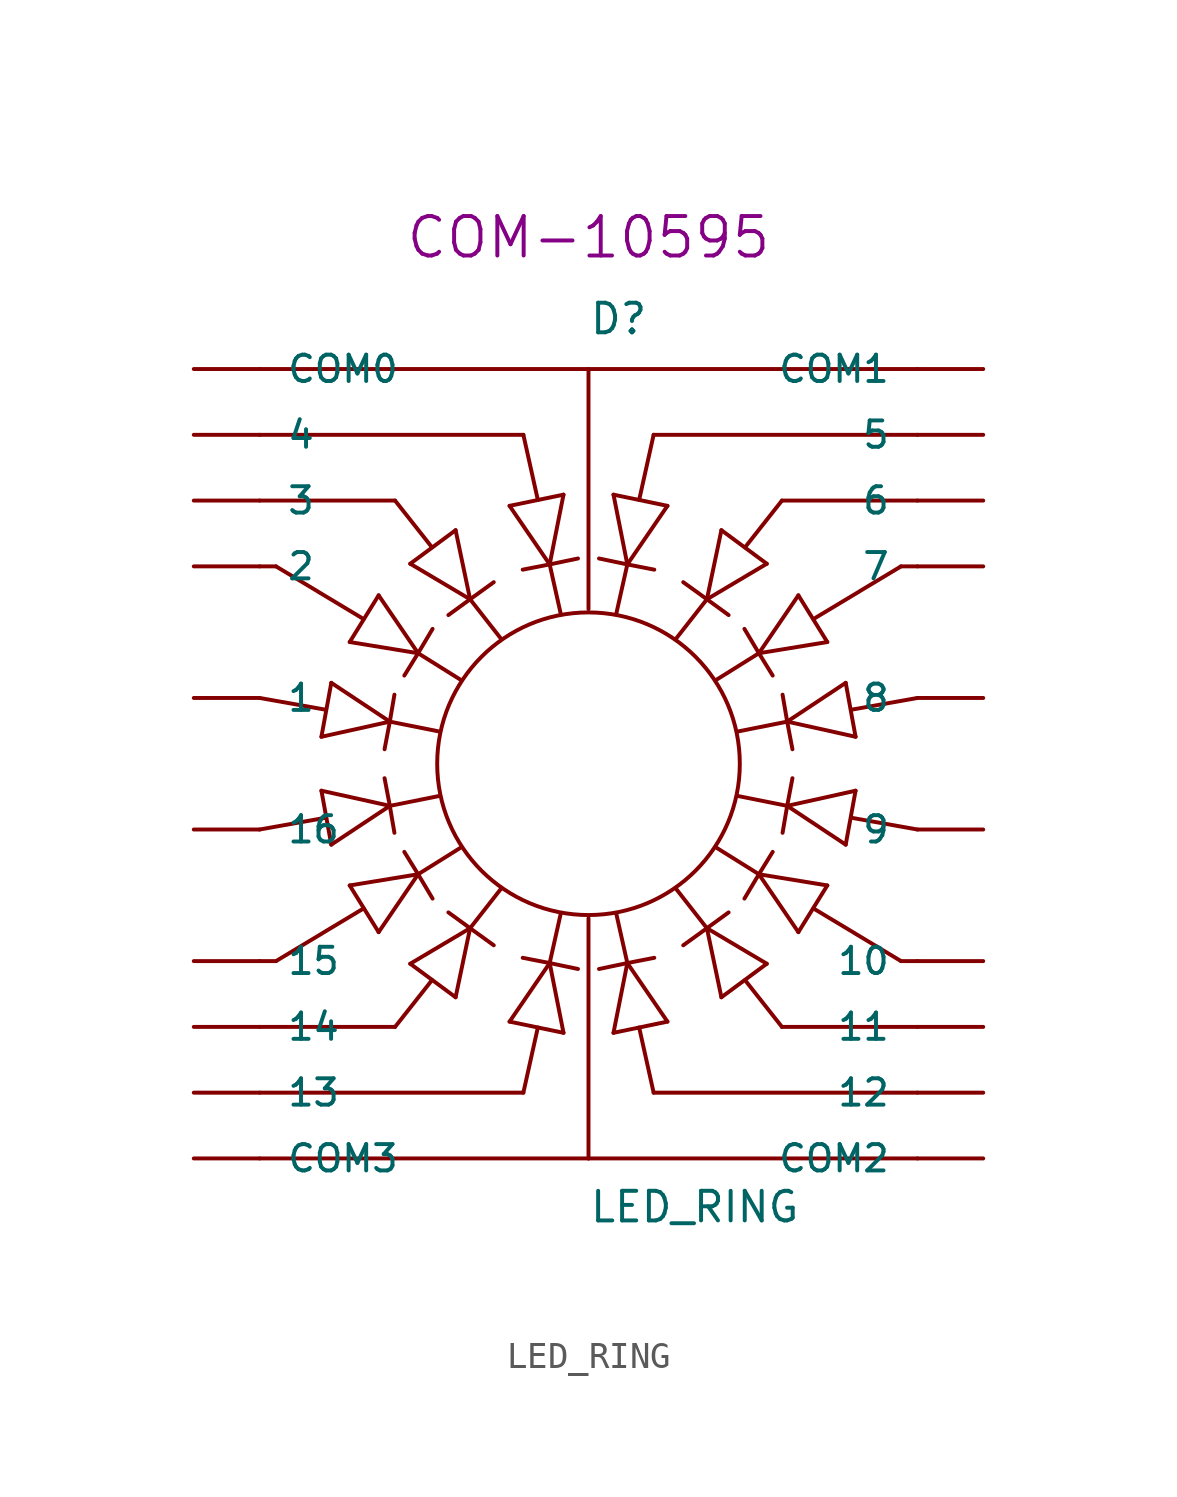
<source format=kicad_sym>
(kicad_symbol_lib
  (version 20211014)
  (generator kicad_symbol_editor)
  (symbol "LED_RING"
    (pin_numbers hide)
    (pin_names
      (offset 1.016))
    (property "Reference" "D"
      (at 0 16.51 0)
      (effects (font (size 1.143 1.143)) (justify left bottom)))
    (property "Value" "LED_RING"
      (at 0 -17.78 0)
      (effects (font (size 1.143 1.143)) (justify left bottom)))
    (property "Field4" "COM-10595"
      (at 0 20.32 0)
      (effects (font (size 1.524 1.524))))
    (property "ki_locked" ""
      (at 0 0 0)
      (effects (font (size 1.27 1.27))))
    (symbol "LED_RING_1_0"
      (polyline (pts (xy -12.065 -7.62) (xy -12.7 -7.62)) (stroke (width 0) (type default) (color 0 0 0 0)) (fill (type none)))
      (polyline (pts (xy -12.065 7.62) (xy -12.7 7.62)) (stroke (width 0) (type default) (color 0 0 0 0)) (fill (type none)))
      (polyline (pts (xy -10.135 -2.083) (xy -12.7 -2.54)) (stroke (width 0) (type default) (color 0 0 0 0)) (fill (type none)))
      (polyline (pts (xy -10.135 2.083) (xy -12.7 2.54)) (stroke (width 0) (type default) (color 0 0 0 0)) (fill (type none)))
      (polyline (pts (xy -9.931 -3.124) (xy -10.312 -1.041)) (stroke (width 0) (type default) (color 0 0 0 0)) (fill (type none)))
      (polyline (pts (xy -9.931 -3.124) (xy -7.671 -1.626)) (stroke (width 0) (type default) (color 0 0 0 0)) (fill (type none)))
      (polyline (pts (xy -9.931 3.124) (xy -10.312 1.041)) (stroke (width 0) (type default) (color 0 0 0 0)) (fill (type none)))
      (polyline (pts (xy -9.931 3.124) (xy -7.671 1.626)) (stroke (width 0) (type default) (color 0 0 0 0)) (fill (type none)))
      (polyline (pts (xy -8.687 -5.588) (xy -12.065 -7.62)) (stroke (width 0) (type default) (color 0 0 0 0)) (fill (type none)))
      (polyline (pts (xy -8.687 5.588) (xy -12.065 7.62)) (stroke (width 0) (type default) (color 0 0 0 0)) (fill (type none)))
      (polyline (pts (xy -8.103 -6.502) (xy -9.22 -4.699)) (stroke (width 0) (type default) (color 0 0 0 0)) (fill (type none)))
      (polyline (pts (xy -8.103 -6.502) (xy -6.579 -4.267)) (stroke (width 0) (type default) (color 0 0 0 0)) (fill (type none)))
      (polyline (pts (xy -8.103 6.502) (xy -9.22 4.699)) (stroke (width 0) (type default) (color 0 0 0 0)) (fill (type none)))
      (polyline (pts (xy -8.103 6.502) (xy -6.579 4.267)) (stroke (width 0) (type default) (color 0 0 0 0)) (fill (type none)))
      (polyline (pts (xy -7.671 -1.626) (xy -10.312 -1.041)) (stroke (width 0) (type default) (color 0 0 0 0)) (fill (type none)))
      (polyline (pts (xy -7.671 -1.626) (xy -7.874 -0.559)) (stroke (width 0) (type default) (color 0 0 0 0)) (fill (type none)))
      (polyline (pts (xy -7.671 -1.626) (xy -5.766 -1.245)) (stroke (width 0) (type default) (color 0 0 0 0)) (fill (type none)))
      (polyline (pts (xy -7.671 1.626) (xy -10.312 1.041)) (stroke (width 0) (type default) (color 0 0 0 0)) (fill (type none)))
      (polyline (pts (xy -7.671 1.626) (xy -7.874 0.559)) (stroke (width 0) (type default) (color 0 0 0 0)) (fill (type none)))
      (polyline (pts (xy -7.671 1.626) (xy -5.766 1.245)) (stroke (width 0) (type default) (color 0 0 0 0)) (fill (type none)))
      (polyline (pts (xy -7.493 -2.667) (xy -7.671 -1.626)) (stroke (width 0) (type default) (color 0 0 0 0)) (fill (type none)))
      (polyline (pts (xy -7.493 2.667) (xy -7.671 1.626)) (stroke (width 0) (type default) (color 0 0 0 0)) (fill (type none)))
      (polyline (pts (xy -7.468 -10.16) (xy -12.7 -10.16)) (stroke (width 0) (type default) (color 0 0 0 0)) (fill (type none)))
      (polyline (pts (xy -7.468 10.16) (xy -12.7 10.16)) (stroke (width 0) (type default) (color 0 0 0 0)) (fill (type none)))
      (polyline (pts (xy -6.579 -4.267) (xy -9.22 -4.699)) (stroke (width 0) (type default) (color 0 0 0 0)) (fill (type none)))
      (polyline (pts (xy -6.579 -4.267) (xy -7.112 -3.404)) (stroke (width 0) (type default) (color 0 0 0 0)) (fill (type none)))
      (polyline (pts (xy -6.579 -4.267) (xy -4.953 -3.251)) (stroke (width 0) (type default) (color 0 0 0 0)) (fill (type none)))
      (polyline (pts (xy -6.579 4.267) (xy -9.22 4.699)) (stroke (width 0) (type default) (color 0 0 0 0)) (fill (type none)))
      (polyline (pts (xy -6.579 4.267) (xy -7.112 3.404)) (stroke (width 0) (type default) (color 0 0 0 0)) (fill (type none)))
      (polyline (pts (xy -6.579 4.267) (xy -4.953 3.251)) (stroke (width 0) (type default) (color 0 0 0 0)) (fill (type none)))
      (polyline (pts (xy -6.045 -8.357) (xy -7.468 -10.16)) (stroke (width 0) (type default) (color 0 0 0 0)) (fill (type none)))
      (polyline (pts (xy -6.045 8.357) (xy -7.468 10.16)) (stroke (width 0) (type default) (color 0 0 0 0)) (fill (type none)))
      (polyline (pts (xy -6.02 -5.207) (xy -6.579 -4.267)) (stroke (width 0) (type default) (color 0 0 0 0)) (fill (type none)))
      (polyline (pts (xy -6.02 5.207) (xy -6.579 4.267)) (stroke (width 0) (type default) (color 0 0 0 0)) (fill (type none)))
      (polyline (pts (xy -5.131 -9.017) (xy -6.883 -7.722)) (stroke (width 0) (type default) (color 0 0 0 0)) (fill (type none)))
      (polyline (pts (xy -5.131 -9.017) (xy -4.572 -6.35)) (stroke (width 0) (type default) (color 0 0 0 0)) (fill (type none)))
      (polyline (pts (xy -5.131 9.017) (xy -6.883 7.722)) (stroke (width 0) (type default) (color 0 0 0 0)) (fill (type none)))
      (polyline (pts (xy -5.131 9.017) (xy -4.572 6.35)) (stroke (width 0) (type default) (color 0 0 0 0)) (fill (type none)))
      (polyline (pts (xy -4.572 -6.35) (xy -6.883 -7.722)) (stroke (width 0) (type default) (color 0 0 0 0)) (fill (type none)))
      (polyline (pts (xy -4.572 -6.35) (xy -5.41 -5.74)) (stroke (width 0) (type default) (color 0 0 0 0)) (fill (type none)))
      (polyline (pts (xy -4.572 -6.35) (xy -3.378 -4.826)) (stroke (width 0) (type default) (color 0 0 0 0)) (fill (type none)))
      (polyline (pts (xy -4.572 6.35) (xy -6.883 7.722)) (stroke (width 0) (type default) (color 0 0 0 0)) (fill (type none)))
      (polyline (pts (xy -4.572 6.35) (xy -5.41 5.74)) (stroke (width 0) (type default) (color 0 0 0 0)) (fill (type none)))
      (polyline (pts (xy -4.572 6.35) (xy -3.378 4.826)) (stroke (width 0) (type default) (color 0 0 0 0)) (fill (type none)))
      (polyline (pts (xy -3.658 -7.01) (xy -4.572 -6.35)) (stroke (width 0) (type default) (color 0 0 0 0)) (fill (type none)))
      (polyline (pts (xy -3.658 7.01) (xy -4.572 6.35)) (stroke (width 0) (type default) (color 0 0 0 0)) (fill (type none)))
      (polyline (pts (xy -2.515 -12.7) (xy -12.7 -12.7)) (stroke (width 0) (type default) (color 0 0 0 0)) (fill (type none)))
      (polyline (pts (xy -2.515 12.7) (xy -12.7 12.7)) (stroke (width 0) (type default) (color 0 0 0 0)) (fill (type none)))
      (polyline (pts (xy -1.956 -10.185) (xy -2.515 -12.7)) (stroke (width 0) (type default) (color 0 0 0 0)) (fill (type none)))
      (polyline (pts (xy -1.956 10.185) (xy -2.515 12.7)) (stroke (width 0) (type default) (color 0 0 0 0)) (fill (type none)))
      (polyline (pts (xy -1.499 -7.696) (xy -3.048 -9.957)) (stroke (width 0) (type default) (color 0 0 0 0)) (fill (type none)))
      (polyline (pts (xy -1.499 -7.696) (xy -2.54 -7.493)) (stroke (width 0) (type default) (color 0 0 0 0)) (fill (type none)))
      (polyline (pts (xy -1.499 -7.696) (xy -1.067 -5.766)) (stroke (width 0) (type default) (color 0 0 0 0)) (fill (type none)))
      (polyline (pts (xy -1.499 7.696) (xy -3.048 9.957)) (stroke (width 0) (type default) (color 0 0 0 0)) (fill (type none)))
      (polyline (pts (xy -1.499 7.696) (xy -2.54 7.493)) (stroke (width 0) (type default) (color 0 0 0 0)) (fill (type none)))
      (polyline (pts (xy -1.499 7.696) (xy -1.067 5.766)) (stroke (width 0) (type default) (color 0 0 0 0)) (fill (type none)))
      (polyline (pts (xy -0.965 -10.389) (xy -3.048 -9.957)) (stroke (width 0) (type default) (color 0 0 0 0)) (fill (type none)))
      (polyline (pts (xy -0.965 -10.389) (xy -1.499 -7.696)) (stroke (width 0) (type default) (color 0 0 0 0)) (fill (type none)))
      (polyline (pts (xy -0.965 10.389) (xy -3.048 9.957)) (stroke (width 0) (type default) (color 0 0 0 0)) (fill (type none)))
      (polyline (pts (xy -0.965 10.389) (xy -1.499 7.696)) (stroke (width 0) (type default) (color 0 0 0 0)) (fill (type none)))
      (polyline (pts (xy -0.406 -7.925) (xy -1.499 -7.696)) (stroke (width 0) (type default) (color 0 0 0 0)) (fill (type none)))
      (polyline (pts (xy -0.406 7.925) (xy -1.499 7.696)) (stroke (width 0) (type default) (color 0 0 0 0)) (fill (type none)))
      (polyline (pts (xy 0 -15.24) (xy -12.7 -15.24)) (stroke (width 0) (type default) (color 0 0 0 0)) (fill (type none)))
      (polyline (pts (xy 0 -15.24) (xy 12.7 -15.24)) (stroke (width 0) (type default) (color 0 0 0 0)) (fill (type none)))
      (polyline (pts (xy 0 -5.969) (xy 0 -15.24)) (stroke (width 0) (type default) (color 0 0 0 0)) (fill (type none)))
      (polyline (pts (xy 0 5.969) (xy 0 15.24)) (stroke (width 0) (type default) (color 0 0 0 0)) (fill (type none)))
      (polyline (pts (xy 0 15.24) (xy -12.7 15.24)) (stroke (width 0) (type default) (color 0 0 0 0)) (fill (type none)))
      (polyline (pts (xy 0 15.24) (xy 12.7 15.24)) (stroke (width 0) (type default) (color 0 0 0 0)) (fill (type none)))
      (polyline (pts (xy 0.406 -7.925) (xy 1.499 -7.696)) (stroke (width 0) (type default) (color 0 0 0 0)) (fill (type none)))
      (polyline (pts (xy 0.406 7.925) (xy 1.499 7.696)) (stroke (width 0) (type default) (color 0 0 0 0)) (fill (type none)))
      (polyline (pts (xy 0.965 -10.389) (xy 1.499 -7.696)) (stroke (width 0) (type default) (color 0 0 0 0)) (fill (type none)))
      (polyline (pts (xy 0.965 -10.389) (xy 3.048 -9.957)) (stroke (width 0) (type default) (color 0 0 0 0)) (fill (type none)))
      (polyline (pts (xy 0.965 10.389) (xy 1.499 7.696)) (stroke (width 0) (type default) (color 0 0 0 0)) (fill (type none)))
      (polyline (pts (xy 0.965 10.389) (xy 3.048 9.957)) (stroke (width 0) (type default) (color 0 0 0 0)) (fill (type none)))
      (polyline (pts (xy 1.499 -7.696) (xy 1.067 -5.766)) (stroke (width 0) (type default) (color 0 0 0 0)) (fill (type none)))
      (polyline (pts (xy 1.499 -7.696) (xy 2.54 -7.493)) (stroke (width 0) (type default) (color 0 0 0 0)) (fill (type none)))
      (polyline (pts (xy 1.499 -7.696) (xy 3.048 -9.957)) (stroke (width 0) (type default) (color 0 0 0 0)) (fill (type none)))
      (polyline (pts (xy 1.499 7.696) (xy 1.067 5.766)) (stroke (width 0) (type default) (color 0 0 0 0)) (fill (type none)))
      (polyline (pts (xy 1.499 7.696) (xy 2.54 7.493)) (stroke (width 0) (type default) (color 0 0 0 0)) (fill (type none)))
      (polyline (pts (xy 1.499 7.696) (xy 3.048 9.957)) (stroke (width 0) (type default) (color 0 0 0 0)) (fill (type none)))
      (polyline (pts (xy 1.956 -10.185) (xy 2.515 -12.7)) (stroke (width 0) (type default) (color 0 0 0 0)) (fill (type none)))
      (polyline (pts (xy 1.956 10.185) (xy 2.515 12.7)) (stroke (width 0) (type default) (color 0 0 0 0)) (fill (type none)))
      (polyline (pts (xy 2.515 -12.7) (xy 12.7 -12.7)) (stroke (width 0) (type default) (color 0 0 0 0)) (fill (type none)))
      (polyline (pts (xy 2.515 12.7) (xy 12.7 12.7)) (stroke (width 0) (type default) (color 0 0 0 0)) (fill (type none)))
      (polyline (pts (xy 3.658 -7.01) (xy 4.572 -6.35)) (stroke (width 0) (type default) (color 0 0 0 0)) (fill (type none)))
      (polyline (pts (xy 3.658 7.01) (xy 4.572 6.35)) (stroke (width 0) (type default) (color 0 0 0 0)) (fill (type none)))
      (polyline (pts (xy 4.572 -6.35) (xy 3.378 -4.826)) (stroke (width 0) (type default) (color 0 0 0 0)) (fill (type none)))
      (polyline (pts (xy 4.572 -6.35) (xy 5.41 -5.74)) (stroke (width 0) (type default) (color 0 0 0 0)) (fill (type none)))
      (polyline (pts (xy 4.572 -6.35) (xy 6.883 -7.722)) (stroke (width 0) (type default) (color 0 0 0 0)) (fill (type none)))
      (polyline (pts (xy 4.572 6.35) (xy 3.378 4.826)) (stroke (width 0) (type default) (color 0 0 0 0)) (fill (type none)))
      (polyline (pts (xy 4.572 6.35) (xy 5.41 5.74)) (stroke (width 0) (type default) (color 0 0 0 0)) (fill (type none)))
      (polyline (pts (xy 4.572 6.35) (xy 6.883 7.722)) (stroke (width 0) (type default) (color 0 0 0 0)) (fill (type none)))
      (polyline (pts (xy 5.131 -9.017) (xy 4.572 -6.35)) (stroke (width 0) (type default) (color 0 0 0 0)) (fill (type none)))
      (polyline (pts (xy 5.131 -9.017) (xy 6.883 -7.722)) (stroke (width 0) (type default) (color 0 0 0 0)) (fill (type none)))
      (polyline (pts (xy 5.131 9.017) (xy 4.572 6.35)) (stroke (width 0) (type default) (color 0 0 0 0)) (fill (type none)))
      (polyline (pts (xy 5.131 9.017) (xy 6.883 7.722)) (stroke (width 0) (type default) (color 0 0 0 0)) (fill (type none)))
      (polyline (pts (xy 6.02 -5.207) (xy 6.579 -4.267)) (stroke (width 0) (type default) (color 0 0 0 0)) (fill (type none)))
      (polyline (pts (xy 6.02 5.207) (xy 6.579 4.267)) (stroke (width 0) (type default) (color 0 0 0 0)) (fill (type none)))
      (polyline (pts (xy 6.045 -8.357) (xy 7.468 -10.16)) (stroke (width 0) (type default) (color 0 0 0 0)) (fill (type none)))
      (polyline (pts (xy 6.045 8.357) (xy 7.468 10.16)) (stroke (width 0) (type default) (color 0 0 0 0)) (fill (type none)))
      (polyline (pts (xy 6.579 -4.267) (xy 4.953 -3.251)) (stroke (width 0) (type default) (color 0 0 0 0)) (fill (type none)))
      (polyline (pts (xy 6.579 -4.267) (xy 7.112 -3.404)) (stroke (width 0) (type default) (color 0 0 0 0)) (fill (type none)))
      (polyline (pts (xy 6.579 -4.267) (xy 9.22 -4.699)) (stroke (width 0) (type default) (color 0 0 0 0)) (fill (type none)))
      (polyline (pts (xy 6.579 4.267) (xy 4.953 3.251)) (stroke (width 0) (type default) (color 0 0 0 0)) (fill (type none)))
      (polyline (pts (xy 6.579 4.267) (xy 7.112 3.404)) (stroke (width 0) (type default) (color 0 0 0 0)) (fill (type none)))
      (polyline (pts (xy 6.579 4.267) (xy 9.22 4.699)) (stroke (width 0) (type default) (color 0 0 0 0)) (fill (type none)))
      (polyline (pts (xy 7.468 -10.16) (xy 12.7 -10.16)) (stroke (width 0) (type default) (color 0 0 0 0)) (fill (type none)))
      (polyline (pts (xy 7.468 10.16) (xy 12.7 10.16)) (stroke (width 0) (type default) (color 0 0 0 0)) (fill (type none)))
      (polyline (pts (xy 7.493 -2.667) (xy 7.671 -1.626)) (stroke (width 0) (type default) (color 0 0 0 0)) (fill (type none)))
      (polyline (pts (xy 7.493 2.667) (xy 7.671 1.626)) (stroke (width 0) (type default) (color 0 0 0 0)) (fill (type none)))
      (polyline (pts (xy 7.671 -1.626) (xy 5.766 -1.245)) (stroke (width 0) (type default) (color 0 0 0 0)) (fill (type none)))
      (polyline (pts (xy 7.671 -1.626) (xy 7.874 -0.559)) (stroke (width 0) (type default) (color 0 0 0 0)) (fill (type none)))
      (polyline (pts (xy 7.671 -1.626) (xy 10.312 -1.041)) (stroke (width 0) (type default) (color 0 0 0 0)) (fill (type none)))
      (polyline (pts (xy 7.671 1.626) (xy 5.766 1.245)) (stroke (width 0) (type default) (color 0 0 0 0)) (fill (type none)))
      (polyline (pts (xy 7.671 1.626) (xy 7.874 0.559)) (stroke (width 0) (type default) (color 0 0 0 0)) (fill (type none)))
      (polyline (pts (xy 7.671 1.626) (xy 10.312 1.041)) (stroke (width 0) (type default) (color 0 0 0 0)) (fill (type none)))
      (polyline (pts (xy 8.103 -6.502) (xy 6.579 -4.267)) (stroke (width 0) (type default) (color 0 0 0 0)) (fill (type none)))
      (polyline (pts (xy 8.103 -6.502) (xy 9.22 -4.699)) (stroke (width 0) (type default) (color 0 0 0 0)) (fill (type none)))
      (polyline (pts (xy 8.103 6.502) (xy 6.579 4.267)) (stroke (width 0) (type default) (color 0 0 0 0)) (fill (type none)))
      (polyline (pts (xy 8.103 6.502) (xy 9.22 4.699)) (stroke (width 0) (type default) (color 0 0 0 0)) (fill (type none)))
      (polyline (pts (xy 8.687 -5.588) (xy 12.065 -7.62)) (stroke (width 0) (type default) (color 0 0 0 0)) (fill (type none)))
      (polyline (pts (xy 8.687 5.588) (xy 12.065 7.62)) (stroke (width 0) (type default) (color 0 0 0 0)) (fill (type none)))
      (polyline (pts (xy 9.931 -3.124) (xy 7.671 -1.626)) (stroke (width 0) (type default) (color 0 0 0 0)) (fill (type none)))
      (polyline (pts (xy 9.931 -3.124) (xy 10.312 -1.041)) (stroke (width 0) (type default) (color 0 0 0 0)) (fill (type none)))
      (polyline (pts (xy 9.931 3.124) (xy 7.671 1.626)) (stroke (width 0) (type default) (color 0 0 0 0)) (fill (type none)))
      (polyline (pts (xy 9.931 3.124) (xy 10.312 1.041)) (stroke (width 0) (type default) (color 0 0 0 0)) (fill (type none)))
      (polyline (pts (xy 10.135 -2.083) (xy 12.7 -2.54)) (stroke (width 0) (type default) (color 0 0 0 0)) (fill (type none)))
      (polyline (pts (xy 10.135 2.083) (xy 12.7 2.54)) (stroke (width 0) (type default) (color 0 0 0 0)) (fill (type none)))
      (polyline (pts (xy 12.065 -7.62) (xy 12.7 -7.62)) (stroke (width 0) (type default) (color 0 0 0 0)) (fill (type none)))
      (polyline (pts (xy 12.065 7.62) (xy 12.7 7.62)) (stroke (width 0) (type default) (color 0 0 0 0)) (fill (type none))))
    (symbol "LED_RING_1_1"
      (circle (center 0 0) (radius 5.842) (stroke (width 0) (type default) (color 0 0 0 0)) (fill (type none)))
      (pin passive line (at -15.24 2.54 0) (length 2.54) (name "1" (effects (font (size 1.016 1.016)))) (number "1" (effects (font (size 1.016 1.016)))))
      (pin passive line (at 15.24 -7.62 180) (length 2.54) (name "10" (effects (font (size 1.016 1.016)))) (number "10" (effects (font (size 1.016 1.016)))))
      (pin passive line (at 15.24 -10.16 180) (length 2.54) (name "11" (effects (font (size 1.016 1.016)))) (number "11" (effects (font (size 1.016 1.016)))))
      (pin passive line (at 15.24 -12.7 180) (length 2.54) (name "12" (effects (font (size 1.016 1.016)))) (number "12" (effects (font (size 1.016 1.016)))))
      (pin passive line (at -15.24 -12.7 0) (length 2.54) (name "13" (effects (font (size 1.016 1.016)))) (number "13" (effects (font (size 1.016 1.016)))))
      (pin passive line (at -15.24 -10.16 0) (length 2.54) (name "14" (effects (font (size 1.016 1.016)))) (number "14" (effects (font (size 1.016 1.016)))))
      (pin passive line (at -15.24 -7.62 0) (length 2.54) (name "15" (effects (font (size 1.016 1.016)))) (number "15" (effects (font (size 1.016 1.016)))))
      (pin passive line (at -15.24 -2.54 0) (length 2.54) (name "16" (effects (font (size 1.016 1.016)))) (number "16" (effects (font (size 1.016 1.016)))))
      (pin passive line (at -15.24 7.62 0) (length 2.54) (name "2" (effects (font (size 1.016 1.016)))) (number "2" (effects (font (size 1.016 1.016)))))
      (pin passive line (at -15.24 10.16 0) (length 2.54) (name "3" (effects (font (size 1.016 1.016)))) (number "3" (effects (font (size 1.016 1.016)))))
      (pin passive line (at -15.24 12.7 0) (length 2.54) (name "4" (effects (font (size 1.016 1.016)))) (number "4" (effects (font (size 1.016 1.016)))))
      (pin passive line (at 15.24 12.7 180) (length 2.54) (name "5" (effects (font (size 1.016 1.016)))) (number "5" (effects (font (size 1.016 1.016)))))
      (pin passive line (at 15.24 10.16 180) (length 2.54) (name "6" (effects (font (size 1.016 1.016)))) (number "6" (effects (font (size 1.016 1.016)))))
      (pin passive line (at 15.24 7.62 180) (length 2.54) (name "7" (effects (font (size 1.016 1.016)))) (number "7" (effects (font (size 1.016 1.016)))))
      (pin passive line (at 15.24 2.54 180) (length 2.54) (name "8" (effects (font (size 1.016 1.016)))) (number "8" (effects (font (size 1.016 1.016)))))
      (pin passive line (at 15.24 -2.54 180) (length 2.54) (name "9" (effects (font (size 1.016 1.016)))) (number "9" (effects (font (size 1.016 1.016)))))
      (pin passive line (at -15.24 15.24 0) (length 2.54) (name "COM0" (effects (font (size 1.016 1.016)))) (number "COM0" (effects (font (size 1.016 1.016)))))
      (pin passive line (at 15.24 15.24 180) (length 2.54) (name "COM1" (effects (font (size 1.016 1.016)))) (number "COM1" (effects (font (size 1.016 1.016)))))
      (pin passive line (at 15.24 -15.24 180) (length 2.54) (name "COM2" (effects (font (size 1.016 1.016)))) (number "COM2" (effects (font (size 1.016 1.016)))))
      (pin passive line (at -15.24 -15.24 0) (length 2.54) (name "COM3" (effects (font (size 1.016 1.016)))) (number "COM3" (effects (font (size 1.016 1.016))))))))
</source>
